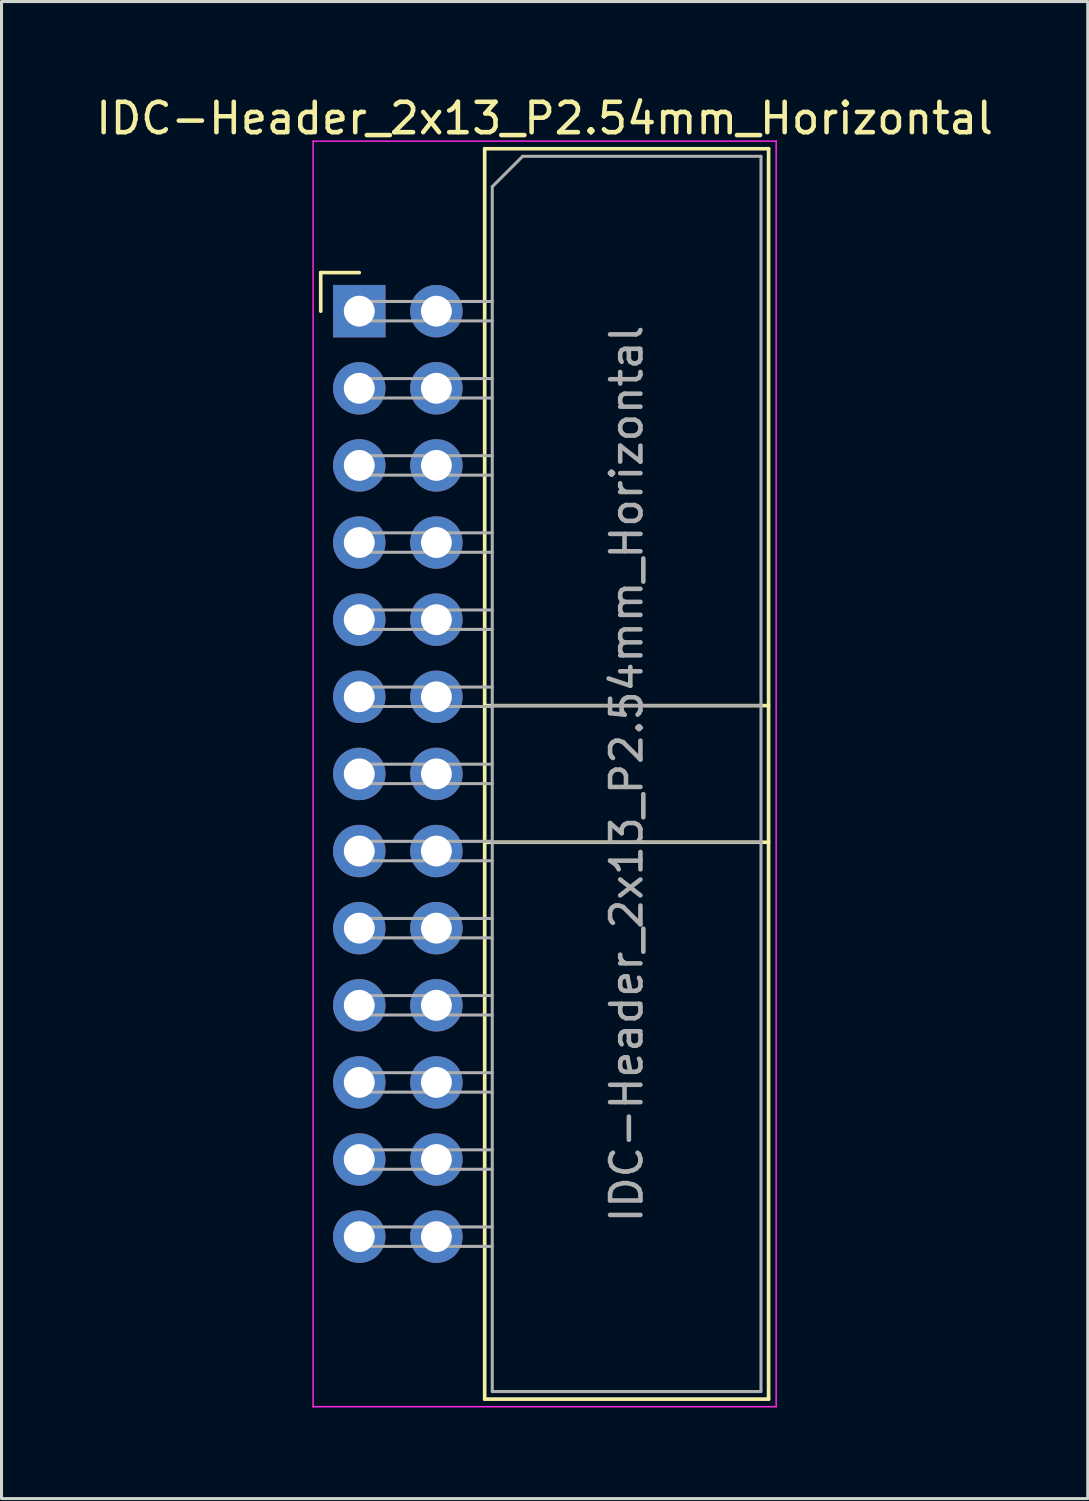
<source format=kicad_pcb>
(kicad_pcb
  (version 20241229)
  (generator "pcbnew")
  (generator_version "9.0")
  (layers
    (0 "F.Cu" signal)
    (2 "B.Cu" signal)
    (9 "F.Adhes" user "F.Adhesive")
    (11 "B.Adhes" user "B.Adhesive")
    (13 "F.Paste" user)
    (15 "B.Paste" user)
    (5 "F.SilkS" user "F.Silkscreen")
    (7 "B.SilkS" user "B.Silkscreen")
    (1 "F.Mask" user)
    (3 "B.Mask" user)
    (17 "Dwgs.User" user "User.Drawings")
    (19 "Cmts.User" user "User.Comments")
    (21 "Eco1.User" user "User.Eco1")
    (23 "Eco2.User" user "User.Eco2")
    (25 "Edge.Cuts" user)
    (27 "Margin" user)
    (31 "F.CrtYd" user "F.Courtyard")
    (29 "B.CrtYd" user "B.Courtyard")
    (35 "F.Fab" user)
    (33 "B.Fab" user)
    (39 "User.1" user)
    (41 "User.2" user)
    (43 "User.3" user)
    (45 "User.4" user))
  (footprint "IDC-Header_2x13_P2.54mm_Horizontal"
    (layer "F.Cu")
    (at 8.782 7.198)
    (property "Reference" "IDC-Header_2x13_P2.54mm_Horizontal" (at 6.105 -6.35 0) (layer "F.SilkS") (effects (font (size 1 1) (thickness 0.15))))
    (attr through_hole)
    (fp_line (start -1.27 -1.27) (end -1.27 0) (stroke (width 0.12) (type solid)) (layer "F.SilkS"))
    (fp_line (start 0 -1.27) (end -1.27 -1.27) (stroke (width 0.12) (type solid)) (layer "F.SilkS"))
    (fp_line (start 4.13 -5.35) (end 13.48 -5.35) (stroke (width 0.12) (type solid)) (layer "F.SilkS"))
    (fp_line (start 4.13 12.99) (end 13.48 12.99) (stroke (width 0.12) (type solid)) (layer "F.SilkS"))
    (fp_line (start 4.13 17.49) (end 13.48 17.49) (stroke (width 0.12) (type solid)) (layer "F.SilkS"))
    (fp_line (start 4.13 35.83) (end 4.13 -5.35) (stroke (width 0.12) (type solid)) (layer "F.SilkS"))
    (fp_line (start 4.13 35.83) (end 13.48 35.83) (stroke (width 0.12) (type solid)) (layer "F.SilkS"))
    (fp_line (start 13.48 -5.35) (end 13.48 35.83) (stroke (width 0.12) (type solid)) (layer "F.SilkS"))
    (fp_line (start -1.52 -5.6) (end 13.73 -5.6) (stroke (width 0.05) (type solid)) (layer "F.CrtYd"))
    (fp_line (start -1.52 36.08) (end -1.52 -5.6) (stroke (width 0.05) (type solid)) (layer "F.CrtYd"))
    (fp_line (start 13.73 -5.6) (end 13.73 36.08) (stroke (width 0.05) (type solid)) (layer "F.CrtYd"))
    (fp_line (start 13.73 36.08) (end -1.52 36.08) (stroke (width 0.05) (type solid)) (layer "F.CrtYd"))
    (fp_line (start -0.32 -0.32) (end -0.32 0.32) (stroke (width 0.1) (type solid)) (layer "F.Fab"))
    (fp_line (start -0.32 0.32) (end 4.38 0.32) (stroke (width 0.1) (type solid)) (layer "F.Fab"))
    (fp_line (start -0.32 2.22) (end -0.32 2.86) (stroke (width 0.1) (type solid)) (layer "F.Fab"))
    (fp_line (start -0.32 2.86) (end 4.38 2.86) (stroke (width 0.1) (type solid)) (layer "F.Fab"))
    (fp_line (start -0.32 4.76) (end -0.32 5.4) (stroke (width 0.1) (type solid)) (layer "F.Fab"))
    (fp_line (start -0.32 5.4) (end 4.38 5.4) (stroke (width 0.1) (type solid)) (layer "F.Fab"))
    (fp_line (start -0.32 7.3) (end -0.32 7.94) (stroke (width 0.1) (type solid)) (layer "F.Fab"))
    (fp_line (start -0.32 7.94) (end 4.38 7.94) (stroke (width 0.1) (type solid)) (layer "F.Fab"))
    (fp_line (start -0.32 9.84) (end -0.32 10.48) (stroke (width 0.1) (type solid)) (layer "F.Fab"))
    (fp_line (start -0.32 10.48) (end 4.38 10.48) (stroke (width 0.1) (type solid)) (layer "F.Fab"))
    (fp_line (start -0.32 12.38) (end -0.32 13.02) (stroke (width 0.1) (type solid)) (layer "F.Fab"))
    (fp_line (start -0.32 13.02) (end 4.38 13.02) (stroke (width 0.1) (type solid)) (layer "F.Fab"))
    (fp_line (start -0.32 14.92) (end -0.32 15.56) (stroke (width 0.1) (type solid)) (layer "F.Fab"))
    (fp_line (start -0.32 15.56) (end 4.38 15.56) (stroke (width 0.1) (type solid)) (layer "F.Fab"))
    (fp_line (start -0.32 17.46) (end -0.32 18.1) (stroke (width 0.1) (type solid)) (layer "F.Fab"))
    (fp_line (start -0.32 18.1) (end 4.38 18.1) (stroke (width 0.1) (type solid)) (layer "F.Fab"))
    (fp_line (start -0.32 20) (end -0.32 20.64) (stroke (width 0.1) (type solid)) (layer "F.Fab"))
    (fp_line (start -0.32 20.64) (end 4.38 20.64) (stroke (width 0.1) (type solid)) (layer "F.Fab"))
    (fp_line (start -0.32 22.54) (end -0.32 23.18) (stroke (width 0.1) (type solid)) (layer "F.Fab"))
    (fp_line (start -0.32 23.18) (end 4.38 23.18) (stroke (width 0.1) (type solid)) (layer "F.Fab"))
    (fp_line (start -0.32 25.08) (end -0.32 25.72) (stroke (width 0.1) (type solid)) (layer "F.Fab"))
    (fp_line (start -0.32 25.72) (end 4.38 25.72) (stroke (width 0.1) (type solid)) (layer "F.Fab"))
    (fp_line (start -0.32 27.62) (end -0.32 28.26) (stroke (width 0.1) (type solid)) (layer "F.Fab"))
    (fp_line (start -0.32 28.26) (end 4.38 28.26) (stroke (width 0.1) (type solid)) (layer "F.Fab"))
    (fp_line (start -0.32 30.16) (end -0.32 30.8) (stroke (width 0.1) (type solid)) (layer "F.Fab"))
    (fp_line (start -0.32 30.8) (end 4.38 30.8) (stroke (width 0.1) (type solid)) (layer "F.Fab"))
    (fp_line (start 4.38 -4.1) (end 5.38 -5.1) (stroke (width 0.1) (type solid)) (layer "F.Fab"))
    (fp_line (start 4.38 -0.32) (end -0.32 -0.32) (stroke (width 0.1) (type solid)) (layer "F.Fab"))
    (fp_line (start 4.38 2.22) (end -0.32 2.22) (stroke (width 0.1) (type solid)) (layer "F.Fab"))
    (fp_line (start 4.38 4.76) (end -0.32 4.76) (stroke (width 0.1) (type solid)) (layer "F.Fab"))
    (fp_line (start 4.38 7.3) (end -0.32 7.3) (stroke (width 0.1) (type solid)) (layer "F.Fab"))
    (fp_line (start 4.38 9.84) (end -0.32 9.84) (stroke (width 0.1) (type solid)) (layer "F.Fab"))
    (fp_line (start 4.38 12.38) (end -0.32 12.38) (stroke (width 0.1) (type solid)) (layer "F.Fab"))
    (fp_line (start 4.38 12.99) (end 13.23 12.99) (stroke (width 0.1) (type solid)) (layer "F.Fab"))
    (fp_line (start 4.38 14.92) (end -0.32 14.92) (stroke (width 0.1) (type solid)) (layer "F.Fab"))
    (fp_line (start 4.38 17.46) (end -0.32 17.46) (stroke (width 0.1) (type solid)) (layer "F.Fab"))
    (fp_line (start 4.38 17.49) (end 13.23 17.49) (stroke (width 0.1) (type solid)) (layer "F.Fab"))
    (fp_line (start 4.38 20) (end -0.32 20) (stroke (width 0.1) (type solid)) (layer "F.Fab"))
    (fp_line (start 4.38 22.54) (end -0.32 22.54) (stroke (width 0.1) (type solid)) (layer "F.Fab"))
    (fp_line (start 4.38 25.08) (end -0.32 25.08) (stroke (width 0.1) (type solid)) (layer "F.Fab"))
    (fp_line (start 4.38 27.62) (end -0.32 27.62) (stroke (width 0.1) (type solid)) (layer "F.Fab"))
    (fp_line (start 4.38 30.16) (end -0.32 30.16) (stroke (width 0.1) (type solid)) (layer "F.Fab"))
    (fp_line (start 4.38 35.58) (end 4.38 -4.1) (stroke (width 0.1) (type solid)) (layer "F.Fab"))
    (fp_line (start 4.38 35.58) (end 13.23 35.58) (stroke (width 0.1) (type solid)) (layer "F.Fab"))
    (fp_line (start 5.38 -5.1) (end 13.23 -5.1) (stroke (width 0.1) (type solid)) (layer "F.Fab"))
    (fp_line (start 13.23 35.58) (end 13.23 -5.1) (stroke (width 0.1) (type solid)) (layer "F.Fab"))
    (fp_text user "${REFERENCE}" (at 8.805 15.24 90) (layer "F.Fab") (effects (font (size 1 1) (thickness 0.15))))
    (pad "1" thru_hole rect (at 0 0) (size 1.727 1.727) (drill 1.016) (layers "*.Cu" "*.Mask"))
    (pad "2" thru_hole oval (at 2.54 0) (size 1.727 1.727) (drill 1.016) (layers "*.Cu" "*.Mask"))
    (pad "3" thru_hole oval (at 0 2.54) (size 1.727 1.727) (drill 1.016) (layers "*.Cu" "*.Mask"))
    (pad "4" thru_hole oval (at 2.54 2.54) (size 1.727 1.727) (drill 1.016) (layers "*.Cu" "*.Mask"))
    (pad "5" thru_hole oval (at 0 5.08) (size 1.727 1.727) (drill 1.016) (layers "*.Cu" "*.Mask"))
    (pad "6" thru_hole oval (at 2.54 5.08) (size 1.727 1.727) (drill 1.016) (layers "*.Cu" "*.Mask"))
    (pad "7" thru_hole oval (at 0 7.62) (size 1.727 1.727) (drill 1.016) (layers "*.Cu" "*.Mask"))
    (pad "8" thru_hole oval (at 2.54 7.62) (size 1.727 1.727) (drill 1.016) (layers "*.Cu" "*.Mask"))
    (pad "9" thru_hole oval (at 0 10.16) (size 1.727 1.727) (drill 1.016) (layers "*.Cu" "*.Mask"))
    (pad "10" thru_hole oval (at 2.54 10.16) (size 1.727 1.727) (drill 1.016) (layers "*.Cu" "*.Mask"))
    (pad "11" thru_hole oval (at 0 12.7) (size 1.727 1.727) (drill 1.016) (layers "*.Cu" "*.Mask"))
    (pad "12" thru_hole oval (at 2.54 12.7) (size 1.727 1.727) (drill 1.016) (layers "*.Cu" "*.Mask"))
    (pad "13" thru_hole oval (at 0 15.24) (size 1.727 1.727) (drill 1.016) (layers "*.Cu" "*.Mask"))
    (pad "14" thru_hole oval (at 2.54 15.24) (size 1.727 1.727) (drill 1.016) (layers "*.Cu" "*.Mask"))
    (pad "15" thru_hole oval (at 0 17.78) (size 1.727 1.727) (drill 1.016) (layers "*.Cu" "*.Mask"))
    (pad "16" thru_hole oval (at 2.54 17.78) (size 1.727 1.727) (drill 1.016) (layers "*.Cu" "*.Mask"))
    (pad "17" thru_hole oval (at 0 20.32) (size 1.727 1.727) (drill 1.016) (layers "*.Cu" "*.Mask"))
    (pad "18" thru_hole oval (at 2.54 20.32) (size 1.727 1.727) (drill 1.016) (layers "*.Cu" "*.Mask"))
    (pad "19" thru_hole oval (at 0 22.86) (size 1.727 1.727) (drill 1.016) (layers "*.Cu" "*.Mask"))
    (pad "20" thru_hole oval (at 2.54 22.86) (size 1.727 1.727) (drill 1.016) (layers "*.Cu" "*.Mask"))
    (pad "21" thru_hole oval (at 0 25.4) (size 1.727 1.727) (drill 1.016) (layers "*.Cu" "*.Mask"))
    (pad "22" thru_hole oval (at 2.54 25.4) (size 1.727 1.727) (drill 1.016) (layers "*.Cu" "*.Mask"))
    (pad "23" thru_hole oval (at 0 27.94) (size 1.727 1.727) (drill 1.016) (layers "*.Cu" "*.Mask"))
    (pad "24" thru_hole oval (at 2.54 27.94) (size 1.727 1.727) (drill 1.016) (layers "*.Cu" "*.Mask"))
    (pad "25" thru_hole oval (at 0 30.48) (size 1.727 1.727) (drill 1.016) (layers "*.Cu" "*.Mask"))
    (pad "26" thru_hole oval (at 2.54 30.48) (size 1.727 1.727) (drill 1.016) (layers "*.Cu" "*.Mask")))
  (gr_rect
    (start -3 -3)
    (end 32.774 46.303)
    (stroke (width 0.1) (type default))
    (fill no)
    (layer "Edge.Cuts")))
</source>
